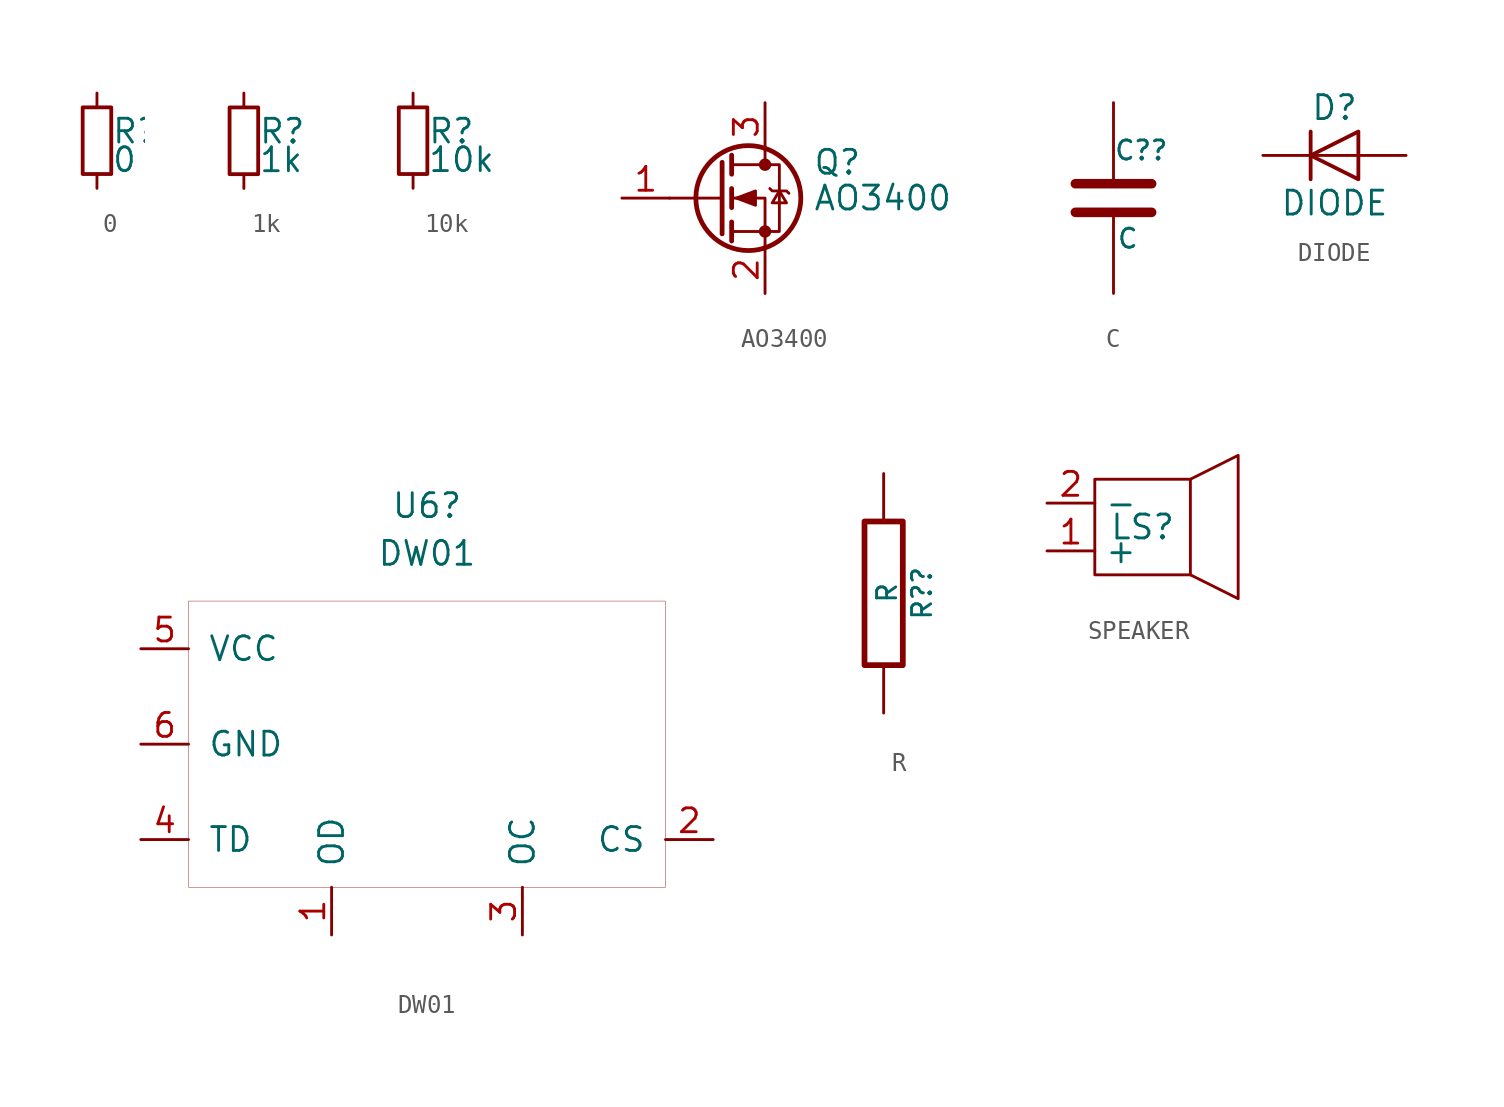
<source format=kicad_sym>
(kicad_symbol_lib
  (version 20211014)
  (generator kicad_symbol_editor)
  (symbol "0"
    (property "Reference" "R"
      (at 0.762 0.508 0)
      (effects (font (size 1.27 1.27)) (justify left)))
    (property "Value" "0"
      (at 0.762 -1.016 0)
      (effects (font (size 1.27 1.27)) (justify left)))
    (property "ki_locked" ""
      (at 0 0 0)
      (effects (font (size 1.27 1.27))))
    (symbol "0_0_0"
      (rectangle (start -0.762 1.778) (end 0.762 -1.778) (stroke (width 0.203) (type default) (color 0 0 0 0)) (fill (type none)))
      (pin passive line (at 0 2.54 270) (length 0.762) (name "~" (effects (font (size 0 0)))) (number "1" (effects (font (size 0 0)))))
      (pin passive line (at 0 -2.54 90) (length 0.762) (name "~" (effects (font (size 0 0)))) (number "2" (effects (font (size 0 0)))))))
  (symbol "1k"
    (property "Reference" "R"
      (at 0.762 0.508 0)
      (effects (font (size 1.27 1.27)) (justify left)))
    (property "Value" "1k"
      (at 0.762 -1.016 0)
      (effects (font (size 1.27 1.27)) (justify left)))
    (property "ki_locked" ""
      (at 0 0 0)
      (effects (font (size 1.27 1.27))))
    (symbol "1k_0_0"
      (rectangle (start -0.762 1.778) (end 0.762 -1.778) (stroke (width 0.203) (type default) (color 0 0 0 0)) (fill (type none)))
      (pin passive line (at 0 2.54 270) (length 0.762) (name "~" (effects (font (size 0 0)))) (number "1" (effects (font (size 0 0)))))
      (pin passive line (at 0 -2.54 90) (length 0.762) (name "~" (effects (font (size 0 0)))) (number "2" (effects (font (size 0 0)))))))
  (symbol "10k"
    (property "Reference" "R"
      (at 0.762 0.508 0)
      (effects (font (size 1.27 1.27)) (justify left)))
    (property "Value" "10k"
      (at 0.762 -1.016 0)
      (effects (font (size 1.27 1.27)) (justify left)))
    (property "ki_locked" ""
      (at 0 0 0)
      (effects (font (size 1.27 1.27))))
    (symbol "10k_0_0"
      (rectangle (start -0.762 1.778) (end 0.762 -1.778) (stroke (width 0.203) (type default) (color 0 0 0 0)) (fill (type none)))
      (pin passive line (at 0 2.54 270) (length 0.762) (name "~" (effects (font (size 0 0)))) (number "1" (effects (font (size 0 0)))))
      (pin passive line (at 0 -2.54 90) (length 0.762) (name "~" (effects (font (size 0 0)))) (number "2" (effects (font (size 0 0)))))))
  (symbol "AO3400"
    (pin_names hide)
    (property "Reference" "Q"
      (at 5.08 1.905 0)
      (effects (font (size 1.27 1.27)) (justify left)))
    (property "Value" "AO3400"
      (at 5.08 0 0)
      (effects (font (size 1.27 1.27)) (justify left)))
    (symbol "AO3400_0_1"
      (polyline (pts (xy 0.254 0) (xy -2.54 0)) (stroke (width 0) (type default) (color 0 0 0 0)) (fill (type none)))
      (polyline (pts (xy 0.254 1.905) (xy 0.254 -1.905)) (stroke (width 0.254) (type default) (color 0 0 0 0)) (fill (type none)))
      (polyline (pts (xy 0.762 -1.27) (xy 0.762 -2.286)) (stroke (width 0.254) (type default) (color 0 0 0 0)) (fill (type none)))
      (polyline (pts (xy 0.762 0.508) (xy 0.762 -0.508)) (stroke (width 0.254) (type default) (color 0 0 0 0)) (fill (type none)))
      (polyline (pts (xy 0.762 2.286) (xy 0.762 1.27)) (stroke (width 0.254) (type default) (color 0 0 0 0)) (fill (type none)))
      (polyline (pts (xy 2.54 2.54) (xy 2.54 1.778)) (stroke (width 0) (type default) (color 0 0 0 0)) (fill (type none)))
      (polyline (pts (xy 2.54 -2.54) (xy 2.54 0) (xy 0.762 0)) (stroke (width 0) (type default) (color 0 0 0 0)) (fill (type none)))
      (polyline (pts (xy 0.762 -1.778) (xy 3.302 -1.778) (xy 3.302 1.778) (xy 0.762 1.778)) (stroke (width 0) (type default) (color 0 0 0 0)) (fill (type none)))
      (polyline (pts (xy 1.016 0) (xy 2.032 0.381) (xy 2.032 -0.381) (xy 1.016 0)) (stroke (width 0) (type default) (color 0 0 0 0)) (fill (type outline)))
      (polyline (pts (xy 2.794 0.508) (xy 2.921 0.381) (xy 3.683 0.381) (xy 3.81 0.254)) (stroke (width 0) (type default) (color 0 0 0 0)) (fill (type none)))
      (polyline (pts (xy 3.302 0.381) (xy 2.921 -0.254) (xy 3.683 -0.254) (xy 3.302 0.381)) (stroke (width 0) (type default) (color 0 0 0 0)) (fill (type none)))
      (circle (center 1.651 0) (radius 2.794) (stroke (width 0.254) (type default) (color 0 0 0 0)) (fill (type none)))
      (circle (center 2.54 -1.778) (radius 0.254) (stroke (width 0) (type default) (color 0 0 0 0)) (fill (type outline)))
      (circle (center 2.54 1.778) (radius 0.254) (stroke (width 0) (type default) (color 0 0 0 0)) (fill (type outline))))
    (symbol "AO3400_1_1"
      (pin input line (at -5.08 0 0) (length 2.54) (name "G" (effects (font (size 1.27 1.27)))) (number "1" (effects (font (size 1.27 1.27)))))
      (pin passive line (at 2.54 -5.08 90) (length 2.54) (name "S" (effects (font (size 1.27 1.27)))) (number "2" (effects (font (size 1.27 1.27)))))
      (pin passive line (at 2.54 5.08 270) (length 2.54) (name "D" (effects (font (size 1.27 1.27)))) (number "3" (effects (font (size 1.27 1.27)))))))
  (symbol "C"
    (pin_numbers hide)
    (pin_names
      (offset 0.254))
    (property "Reference" "C?"
      (at 0 2.54 0)
      (effects (font (size 1.016 1.016)) (justify left)))
    (property "Value" "C"
      (at 0.152 -2.159 0)
      (effects (font (size 1.016 1.016)) (justify left)))
    (symbol "C_0_1"
      (polyline (pts (xy -2.032 -0.762) (xy 2.032 -0.762)) (stroke (width 0.508) (type default) (color 0 0 0 0)) (fill (type none)))
      (polyline (pts (xy -2.032 0.762) (xy 2.032 0.762)) (stroke (width 0.508) (type default) (color 0 0 0 0)) (fill (type none))))
    (symbol "C_1_1"
      (pin passive line (at 0 5.08 270) (length 4.318) (name "~" (effects (font (size 1.016 1.016)))) (number "1" (effects (font (size 1.016 1.016)))))
      (pin passive line (at 0 -5.08 90) (length 4.318) (name "~" (effects (font (size 1.016 1.016)))) (number "2" (effects (font (size 1.016 1.016)))))))
  (symbol "DIODE"
    (pin_numbers hide)
    (pin_names
      (offset 1.016) hide)
    (property "Reference" "D"
      (at 0 2.54 0)
      (effects (font (size 1.27 1.27))))
    (property "Value" "DIODE"
      (at 0 -2.54 0)
      (effects (font (size 1.27 1.27))))
    (symbol "DIODE_0_1"
      (polyline (pts (xy -1.27 1.27) (xy -1.27 -1.27)) (stroke (width 0.203) (type default) (color 0 0 0 0)) (fill (type none)))
      (polyline (pts (xy 1.27 0) (xy -1.27 0)) (stroke (width 0) (type default) (color 0 0 0 0)) (fill (type none)))
      (polyline (pts (xy 1.27 1.27) (xy 1.27 -1.27) (xy -1.27 0) (xy 1.27 1.27)) (stroke (width 0.203) (type default) (color 0 0 0 0)) (fill (type none))))
    (symbol "DIODE_1_1"
      (pin passive line (at -3.81 0 0) (length 2.54) (name "K" (effects (font (size 1.27 1.27)))) (number "1" (effects (font (size 1.27 1.27)))))
      (pin passive line (at 3.81 0 180) (length 2.54) (name "A" (effects (font (size 1.27 1.27)))) (number "2" (effects (font (size 1.27 1.27)))))))
  (symbol "DW01"
    (pin_names
      (offset 1.016))
    (property "Reference" "U6"
      (at 0 12.7 0)
      (effects (font (size 1.27 1.27))))
    (property "Value" "DW01"
      (at 0 10.16 0)
      (effects (font (size 1.27 1.27))))
    (symbol "DW01_0_1"
      (rectangle (start -12.7 7.62) (end 12.7 -7.62) (stroke (width 0.001) (type default) (color 0 0 0 0)) (fill (type none))))
    (symbol "DW01_1_1"
      (pin output line (at -5.08 -10.16 90) (length 2.54) (name "OD" (effects (font (size 1.27 1.27)))) (number "1" (effects (font (size 1.27 1.27)))))
      (pin input line (at 15.24 -5.08 180) (length 2.54) (name "CS" (effects (font (size 1.27 1.27)))) (number "2" (effects (font (size 1.27 1.27)))))
      (pin output line (at 5.08 -10.16 90) (length 2.54) (name "OC" (effects (font (size 1.27 1.27)))) (number "3" (effects (font (size 1.27 1.27)))))
      (pin input line (at -15.24 -5.08 0) (length 2.54) (name "TD" (effects (font (size 1.27 1.27)))) (number "4" (effects (font (size 1.27 1.27)))))
      (pin power_in line (at -15.24 5.08 0) (length 2.54) (name "VCC" (effects (font (size 1.27 1.27)))) (number "5" (effects (font (size 1.27 1.27)))))
      (pin passive line (at -15.24 0 0) (length 2.54) (name "GND" (effects (font (size 1.27 1.27)))) (number "6" (effects (font (size 1.27 1.27)))))))
  (symbol "R"
    (pin_numbers hide)
    (pin_names
      (offset 0))
    (property "Reference" "R?"
      (at 2.032 0 90)
      (effects (font (size 1.016 1.016))))
    (property "Value" "R"
      (at 0.178 0.025 90)
      (effects (font (size 1.016 1.016))))
    (symbol "R_0_1"
      (rectangle (start -1.016 3.81) (end 1.016 -3.81) (stroke (width 0.305) (type default) (color 0 0 0 0)) (fill (type none))))
    (symbol "R_1_1"
      (pin passive line (at 0 6.35 270) (length 2.54) (name "~" (effects (font (size 1.524 1.524)))) (number "1" (effects (font (size 1.524 1.524)))))
      (pin passive line (at 0 -6.35 90) (length 2.54) (name "~" (effects (font (size 1.524 1.524)))) (number "2" (effects (font (size 1.524 1.524)))))))
  (symbol "SPEAKER"
    (property "Reference" "LS"
      (at 0 0 0)
      (effects (font (size 1.27 1.27))))
    (symbol "SPEAKER_0_0"
      (pin passive line (at -5.08 -1.27 0) (length 2.54) (name "+" (effects (font (size 1.27 1.27)))) (number "1" (effects (font (size 1.27 1.27)))))
      (pin passive line (at -5.08 1.27 0) (length 2.54) (name "-" (effects (font (size 1.27 1.27)))) (number "2" (effects (font (size 1.27 1.27))))))
    (symbol "SPEAKER_0_1"
      (rectangle (start -2.54 2.54) (end 2.54 -2.54) (stroke (width 0) (type default) (color 0 0 0 0)) (fill (type none)))
      (polyline (pts (xy 2.54 2.54) (xy 5.08 3.81) (xy 5.08 -3.81) (xy 2.54 -2.54)) (stroke (width 0) (type default) (color 0 0 0 0)) (fill (type none))))))
</source>
